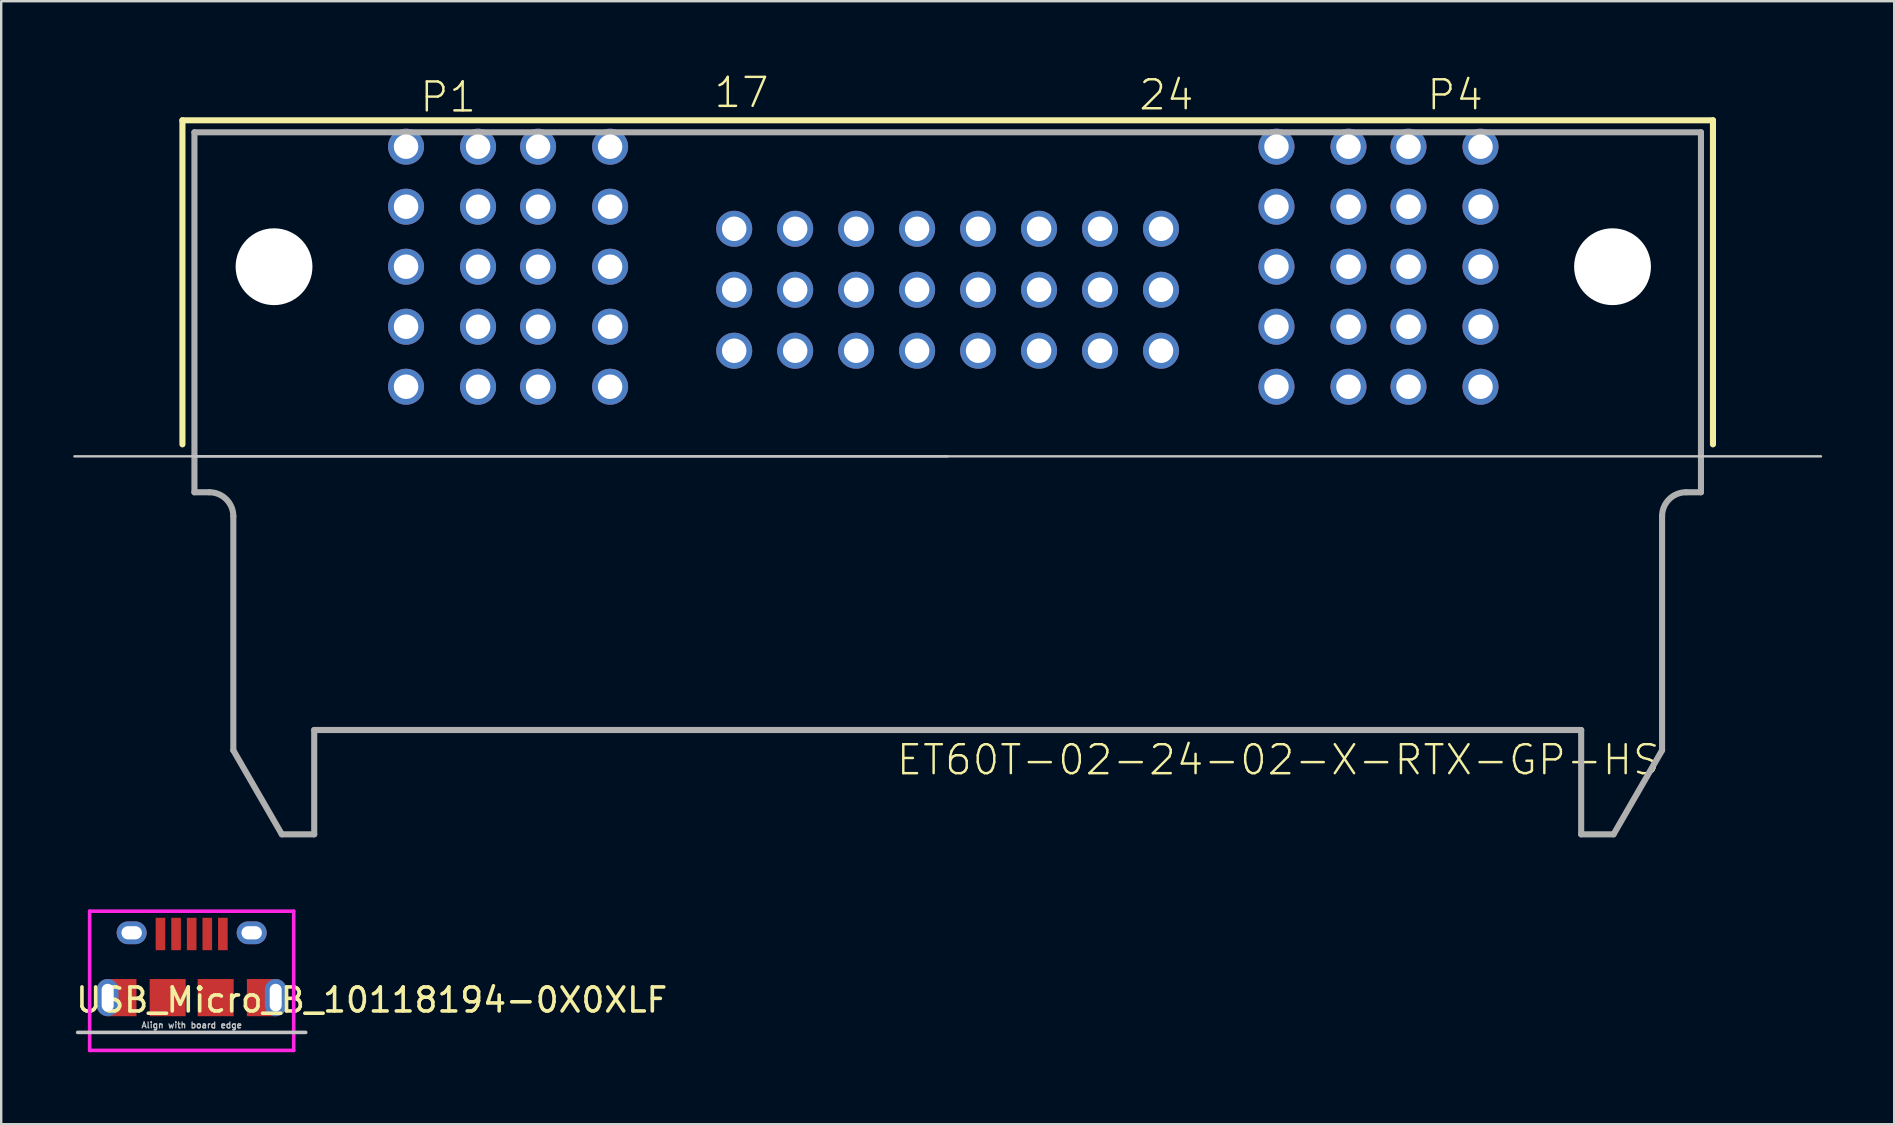
<source format=kicad_pcb>
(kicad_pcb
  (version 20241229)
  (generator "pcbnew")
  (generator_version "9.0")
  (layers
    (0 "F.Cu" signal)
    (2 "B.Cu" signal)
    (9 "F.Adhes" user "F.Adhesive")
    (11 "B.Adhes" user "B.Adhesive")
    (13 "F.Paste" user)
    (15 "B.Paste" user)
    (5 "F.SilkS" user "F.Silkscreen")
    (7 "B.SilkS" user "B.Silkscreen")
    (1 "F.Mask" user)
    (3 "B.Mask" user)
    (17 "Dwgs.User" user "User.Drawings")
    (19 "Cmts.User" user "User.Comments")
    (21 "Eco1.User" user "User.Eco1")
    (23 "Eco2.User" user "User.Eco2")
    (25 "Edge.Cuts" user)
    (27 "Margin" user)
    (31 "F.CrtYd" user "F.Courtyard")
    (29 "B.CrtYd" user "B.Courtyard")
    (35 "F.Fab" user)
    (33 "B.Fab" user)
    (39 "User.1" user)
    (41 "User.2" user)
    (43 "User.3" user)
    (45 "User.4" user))
  (footprint "USB_Micro_B_10118194-0X0XLF"
    (layer "F.Cu")
    (at 4.935 35.809)
    (property "Reference" "USB_Micro_B_10118194-0X0XLF" (at 7.5 2.8 0) (layer "F.SilkS") (effects (font (size 1 1) (thickness 0.15))))
    (attr through_hole)
    (fp_line (start -4.75 4.15) (end 4.75 4.15) (stroke (width 0.15) (type solid)) (layer "Dwgs.User"))
    (fp_line (start -4.25 -0.9) (end 4.25 -0.9) (stroke (width 0.15) (type solid)) (layer "F.CrtYd"))
    (fp_line (start -4.25 4.9) (end -4.25 -0.9) (stroke (width 0.15) (type solid)) (layer "F.CrtYd"))
    (fp_line (start 4.25 -0.9) (end 4.25 4.9) (stroke (width 0.15) (type solid)) (layer "F.CrtYd"))
    (fp_line (start 4.25 4.9) (end -4.25 4.9) (stroke (width 0.15) (type solid)) (layer "F.CrtYd"))
    (fp_text user "Align with board edge" (at 0 3.85 0) (layer "Dwgs.User") (effects (font (size 0.25 0.25) (thickness 0.05))))
    (pad "1" smd rect (at -1.3 0.05) (size 0.4 1.35) (layers "F.Cu" "F.Mask" "F.Paste"))
    (pad "2" smd rect (at -0.65 0.05) (size 0.4 1.35) (layers "F.Cu" "F.Mask" "F.Paste"))
    (pad "3" smd rect (at 0 0.05) (size 0.4 1.35) (layers "F.Cu" "F.Mask" "F.Paste"))
    (pad "4" smd rect (at 0.65 0.05) (size 0.4 1.35) (layers "F.Cu" "F.Mask" "F.Paste"))
    (pad "5" smd rect (at 1.3 0.05) (size 0.4 1.35) (layers "F.Cu" "F.Mask" "F.Paste"))
    (pad "6" thru_hole oval (at -3.5 2.7) (size 0.9 1.55) (drill oval 0.5 1.15) (layers "*.Cu" "*.Mask"))
    (pad "6" smd rect (at -2.9 2.7) (size 1.2 1.55) (layers "F.Cu" "F.Mask" "F.Paste"))
    (pad "6" thru_hole oval (at -2.5 0) (size 1.25 0.95) (drill oval 0.85 0.55) (layers "*.Cu" "*.Mask"))
    (pad "6" smd rect (at -1 2.7) (size 1.5 1.55) (layers "F.Cu" "F.Mask" "F.Paste"))
    (pad "6" smd rect (at 1 2.7) (size 1.5 1.55) (layers "F.Cu" "F.Mask" "F.Paste"))
    (pad "6" thru_hole oval (at 2.5 0 180) (size 1.25 0.95) (drill oval 0.85 0.55) (layers "*.Cu" "*.Mask"))
    (pad "6" smd rect (at 2.9 2.7) (size 1.2 1.55) (layers "F.Cu" "F.Mask" "F.Paste"))
    (pad "6" thru_hole oval (at 3.5 2.7) (size 0.9 1.55) (drill oval 0.5 1.15) (layers "*.Cu" "*.Mask")))
  (footprint "ET60T-02-24-02-X-RTX-GP-HS"
    (layer "F.Cu")
    (at 36.426 15.961)
    (property "Reference" "ET60T-02-24-02-X-RTX-GP-HS" (at -2.2 13.35 0) (layer "F.SilkS") (effects (font (size 1.206 1.206) (thickness 0.102)) (justify left bottom)))
    (attr through_hole)
    (fp_line (start -31.876 -14) (end 31.884 -14) (stroke (width 0.254) (type solid)) (layer "F.SilkS"))
    (fp_line (start -31.876 -0.5) (end -31.876 -14) (stroke (width 0.254) (type solid)) (layer "F.SilkS"))
    (fp_line (start 31.884 -14) (end 31.884 -0.5) (stroke (width 0.254) (type solid)) (layer "F.SilkS"))
    (fp_line (start -36.376 0) (end 36.384 0) (stroke (width 0.1) (type solid)) (layer "Dwgs.User"))
    (fp_line (start -31.378 0) (end 0.004 0) (stroke (width 0.1) (type solid)) (layer "Dwgs.User"))
    (fp_line (start -31.376 -13.5) (end 31.384 -13.5) (stroke (width 0.254) (type solid)) (layer "F.Fab"))
    (fp_line (start -31.376 1.496) (end -31.376 -13.5) (stroke (width 0.254) (type solid)) (layer "F.Fab"))
    (fp_line (start -30.756 1.496) (end -31.376 1.496) (stroke (width 0.254) (type solid)) (layer "F.Fab"))
    (fp_line (start -29.756 12.246) (end -29.756 2.496) (stroke (width 0.254) (type solid)) (layer "F.Fab"))
    (fp_line (start -27.735 15.746) (end -29.756 12.246) (stroke (width 0.254) (type solid)) (layer "F.Fab"))
    (fp_line (start -26.386 11.4) (end -26.386 15.746) (stroke (width 0.254) (type solid)) (layer "F.Fab"))
    (fp_line (start -26.386 15.746) (end -27.735 15.746) (stroke (width 0.254) (type solid)) (layer "F.Fab"))
    (fp_line (start 26.394 11.4) (end -26.386 11.4) (stroke (width 0.254) (type solid)) (layer "F.Fab"))
    (fp_line (start 26.394 15.746) (end 26.394 11.4) (stroke (width 0.254) (type solid)) (layer "F.Fab"))
    (fp_line (start 27.743 15.746) (end 26.394 15.746) (stroke (width 0.254) (type solid)) (layer "F.Fab"))
    (fp_line (start 29.764 2.496) (end 29.764 12.246) (stroke (width 0.254) (type solid)) (layer "F.Fab"))
    (fp_line (start 29.764 12.246) (end 27.743 15.746) (stroke (width 0.254) (type solid)) (layer "F.Fab"))
    (fp_line (start 31.384 -13.5) (end 31.384 1.496) (stroke (width 0.254) (type solid)) (layer "F.Fab"))
    (fp_line (start 31.384 1.496) (end 30.764 1.496) (stroke (width 0.254) (type solid)) (layer "F.Fab"))
    (fp_arc (start -30.7561 1.496) (mid -30.048993 1.788893) (end -29.7561 2.496) (stroke (width 0.254) (type solid)) (layer "F.Fab"))
    (fp_arc (start 29.7639 2.496) (mid 30.056793 1.788893) (end 30.7639 1.496) (stroke (width 0.254) (type solid)) (layer "F.Fab"))
    (fp_text user "P1" (at -22.05 -14.26 0) (layer "F.SilkS") (effects (font (size 1.206 1.206) (thickness 0.102)) (justify left bottom)))
    (fp_text user "24" (at 7.9 -14.35 0) (layer "F.SilkS") (effects (font (size 1.206 1.206) (thickness 0.102)) (justify left bottom)))
    (fp_text user "P4" (at 19.9 -14.35 0) (layer "F.SilkS") (effects (font (size 1.206 1.206) (thickness 0.102)) (justify left bottom)))
    (fp_text user "17" (at -9.8 -14.45 0) (layer "F.SilkS") (effects (font (size 1.206 1.206) (thickness 0.102)) (justify left bottom)))
    (pad "" np_thru_hole circle (at -28.06 -7.9) (size 3.2 3.2) (drill 3.2) (layers "*.Cu"))
    (pad "" np_thru_hole circle (at 27.7 -7.9) (size 3.2 3.2) (drill 3.2) (layers "*.Cu"))
    (pad "1" thru_hole circle (at -8.89 -4.4 180) (size 1.5 1.5) (drill 1.02) (layers "*.Cu" "*.Mask"))
    (pad "2" thru_hole circle (at -6.35 -4.4 180) (size 1.5 1.5) (drill 1.02) (layers "*.Cu" "*.Mask"))
    (pad "3" thru_hole circle (at -3.81 -4.4 180) (size 1.5 1.5) (drill 1.02) (layers "*.Cu" "*.Mask"))
    (pad "4" thru_hole circle (at -1.27 -4.4 180) (size 1.5 1.5) (drill 1.02) (layers "*.Cu" "*.Mask"))
    (pad "5" thru_hole circle (at 1.27 -4.4 180) (size 1.5 1.5) (drill 1.02) (layers "*.Cu" "*.Mask"))
    (pad "6" thru_hole circle (at 3.81 -4.4 180) (size 1.5 1.5) (drill 1.02) (layers "*.Cu" "*.Mask"))
    (pad "7" thru_hole circle (at 6.35 -4.4 180) (size 1.5 1.5) (drill 1.02) (layers "*.Cu" "*.Mask"))
    (pad "8" thru_hole circle (at 8.89 -4.4 180) (size 1.5 1.5) (drill 1.02) (layers "*.Cu" "*.Mask"))
    (pad "9" thru_hole circle (at -8.89 -6.94 180) (size 1.5 1.5) (drill 1.02) (layers "*.Cu" "*.Mask"))
    (pad "10" thru_hole circle (at -6.35 -6.94 180) (size 1.5 1.5) (drill 1.02) (layers "*.Cu" "*.Mask"))
    (pad "11" thru_hole circle (at -3.81 -6.94 180) (size 1.5 1.5) (drill 1.02) (layers "*.Cu" "*.Mask"))
    (pad "12" thru_hole circle (at -1.27 -6.94 180) (size 1.5 1.5) (drill 1.02) (layers "*.Cu" "*.Mask"))
    (pad "13" thru_hole circle (at 1.27 -6.94 180) (size 1.5 1.5) (drill 1.02) (layers "*.Cu" "*.Mask"))
    (pad "14" thru_hole circle (at 3.81 -6.94 180) (size 1.5 1.5) (drill 1.02) (layers "*.Cu" "*.Mask"))
    (pad "15" thru_hole circle (at 6.35 -6.94 180) (size 1.5 1.5) (drill 1.02) (layers "*.Cu" "*.Mask"))
    (pad "16" thru_hole circle (at 8.89 -6.94 180) (size 1.5 1.5) (drill 1.02) (layers "*.Cu" "*.Mask"))
    (pad "17" thru_hole circle (at -8.89 -9.48 180) (size 1.5 1.5) (drill 1.02) (layers "*.Cu" "*.Mask"))
    (pad "18" thru_hole circle (at -6.35 -9.48 180) (size 1.5 1.5) (drill 1.02) (layers "*.Cu" "*.Mask"))
    (pad "19" thru_hole circle (at -3.81 -9.48 180) (size 1.5 1.5) (drill 1.02) (layers "*.Cu" "*.Mask"))
    (pad "20" thru_hole circle (at -1.27 -9.48 180) (size 1.5 1.5) (drill 1.02) (layers "*.Cu" "*.Mask"))
    (pad "21" thru_hole circle (at 1.27 -9.48 180) (size 1.5 1.5) (drill 1.02) (layers "*.Cu" "*.Mask"))
    (pad "22" thru_hole circle (at 3.81 -9.48 180) (size 1.5 1.5) (drill 1.02) (layers "*.Cu" "*.Mask"))
    (pad "23" thru_hole circle (at 6.35 -9.48 180) (size 1.5 1.5) (drill 1.02) (layers "*.Cu" "*.Mask"))
    (pad "24" thru_hole circle (at 8.89 -9.48 180) (size 1.5 1.5) (drill 1.02) (layers "*.Cu" "*.Mask"))
    (pad "P1-1" thru_hole circle (at -22.56 -12.9 180) (size 1.5 1.5) (drill 1.02) (layers "*.Cu" "*.Mask"))
    (pad "P1-2" thru_hole circle (at -22.56 -10.4 180) (size 1.5 1.5) (drill 1.02) (layers "*.Cu" "*.Mask"))
    (pad "P1-3" thru_hole circle (at -22.56 -7.9 180) (size 1.5 1.5) (drill 1.02) (layers "*.Cu" "*.Mask"))
    (pad "P1-4" thru_hole circle (at -22.56 -5.4 180) (size 1.5 1.5) (drill 1.02) (layers "*.Cu" "*.Mask"))
    (pad "P1-5" thru_hole circle (at -22.56 -2.9 180) (size 1.5 1.5) (drill 1.02) (layers "*.Cu" "*.Mask"))
    (pad "P1-6" thru_hole circle (at -19.56 -12.9 180) (size 1.5 1.5) (drill 1.02) (layers "*.Cu" "*.Mask"))
    (pad "P1-7" thru_hole circle (at -19.56 -10.4 180) (size 1.5 1.5) (drill 1.02) (layers "*.Cu" "*.Mask"))
    (pad "P1-8" thru_hole circle (at -19.56 -7.9 180) (size 1.5 1.5) (drill 1.02) (layers "*.Cu" "*.Mask"))
    (pad "P1-9" thru_hole circle (at -19.56 -5.4 180) (size 1.5 1.5) (drill 1.02) (layers "*.Cu" "*.Mask"))
    (pad "P1-10" thru_hole circle (at -19.56 -2.9 180) (size 1.5 1.5) (drill 1.02) (layers "*.Cu" "*.Mask"))
    (pad "P2-1" thru_hole circle (at -17.06 -12.9 180) (size 1.5 1.5) (drill 1.02) (layers "*.Cu" "*.Mask"))
    (pad "P2-2" thru_hole circle (at -17.06 -10.4 180) (size 1.5 1.5) (drill 1.02) (layers "*.Cu" "*.Mask"))
    (pad "P2-3" thru_hole circle (at -17.06 -7.9 180) (size 1.5 1.5) (drill 1.02) (layers "*.Cu" "*.Mask"))
    (pad "P2-4" thru_hole circle (at -17.06 -5.4 180) (size 1.5 1.5) (drill 1.02) (layers "*.Cu" "*.Mask"))
    (pad "P2-5" thru_hole circle (at -17.06 -2.9 180) (size 1.5 1.5) (drill 1.02) (layers "*.Cu" "*.Mask"))
    (pad "P2-6" thru_hole circle (at -14.06 -12.9 180) (size 1.5 1.5) (drill 1.02) (layers "*.Cu" "*.Mask"))
    (pad "P2-7" thru_hole circle (at -14.06 -10.4 180) (size 1.5 1.5) (drill 1.02) (layers "*.Cu" "*.Mask"))
    (pad "P2-8" thru_hole circle (at -14.06 -7.9 180) (size 1.5 1.5) (drill 1.02) (layers "*.Cu" "*.Mask"))
    (pad "P2-9" thru_hole circle (at -14.06 -5.4 180) (size 1.5 1.5) (drill 1.02) (layers "*.Cu" "*.Mask"))
    (pad "P2-10" thru_hole circle (at -14.06 -2.9 180) (size 1.5 1.5) (drill 1.02) (layers "*.Cu" "*.Mask"))
    (pad "P3-1" thru_hole circle (at 13.7 -12.9 180) (size 1.5 1.5) (drill 1.02) (layers "*.Cu" "*.Mask"))
    (pad "P3-2" thru_hole circle (at 13.7 -10.4 180) (size 1.5 1.5) (drill 1.02) (layers "*.Cu" "*.Mask"))
    (pad "P3-3" thru_hole circle (at 13.7 -7.9 180) (size 1.5 1.5) (drill 1.02) (layers "*.Cu" "*.Mask"))
    (pad "P3-4" thru_hole circle (at 13.7 -5.4 180) (size 1.5 1.5) (drill 1.02) (layers "*.Cu" "*.Mask"))
    (pad "P3-5" thru_hole circle (at 13.7 -2.9 180) (size 1.5 1.5) (drill 1.02) (layers "*.Cu" "*.Mask"))
    (pad "P3-6" thru_hole circle (at 16.7 -12.9 180) (size 1.5 1.5) (drill 1.02) (layers "*.Cu" "*.Mask"))
    (pad "P3-7" thru_hole circle (at 16.7 -10.4 180) (size 1.5 1.5) (drill 1.02) (layers "*.Cu" "*.Mask"))
    (pad "P3-8" thru_hole circle (at 16.7 -7.9 180) (size 1.5 1.5) (drill 1.02) (layers "*.Cu" "*.Mask"))
    (pad "P3-9" thru_hole circle (at 16.7 -5.4 180) (size 1.5 1.5) (drill 1.02) (layers "*.Cu" "*.Mask"))
    (pad "P3-10" thru_hole circle (at 16.7 -2.9 180) (size 1.5 1.5) (drill 1.02) (layers "*.Cu" "*.Mask"))
    (pad "P4-1" thru_hole circle (at 19.2 -12.9 180) (size 1.5 1.5) (drill 1.02) (layers "*.Cu" "*.Mask"))
    (pad "P4-2" thru_hole circle (at 19.2 -10.4 180) (size 1.5 1.5) (drill 1.02) (layers "*.Cu" "*.Mask"))
    (pad "P4-3" thru_hole circle (at 19.2 -7.9 180) (size 1.5 1.5) (drill 1.02) (layers "*.Cu" "*.Mask"))
    (pad "P4-4" thru_hole circle (at 19.2 -5.4 180) (size 1.5 1.5) (drill 1.02) (layers "*.Cu" "*.Mask"))
    (pad "P4-5" thru_hole circle (at 19.2 -2.9 180) (size 1.5 1.5) (drill 1.02) (layers "*.Cu" "*.Mask"))
    (pad "P4-6" thru_hole circle (at 22.2 -12.9 180) (size 1.5 1.5) (drill 1.02) (layers "*.Cu" "*.Mask"))
    (pad "P4-7" thru_hole circle (at 22.2 -10.4 180) (size 1.5 1.5) (drill 1.02) (layers "*.Cu" "*.Mask"))
    (pad "P4-8" thru_hole circle (at 22.2 -7.9 180) (size 1.5 1.5) (drill 1.02) (layers "*.Cu" "*.Mask"))
    (pad "P4-9" thru_hole circle (at 22.2 -5.4 180) (size 1.5 1.5) (drill 1.02) (layers "*.Cu" "*.Mask"))
    (pad "P4-10" thru_hole circle (at 22.2 -2.9 180) (size 1.5 1.5) (drill 1.02) (layers "*.Cu" "*.Mask")))
  (gr_rect
    (start -3 -3)
    (end 75.86 43.784)
    (stroke (width 0.1) (type default))
    (fill no)
    (layer "Edge.Cuts")))
</source>
